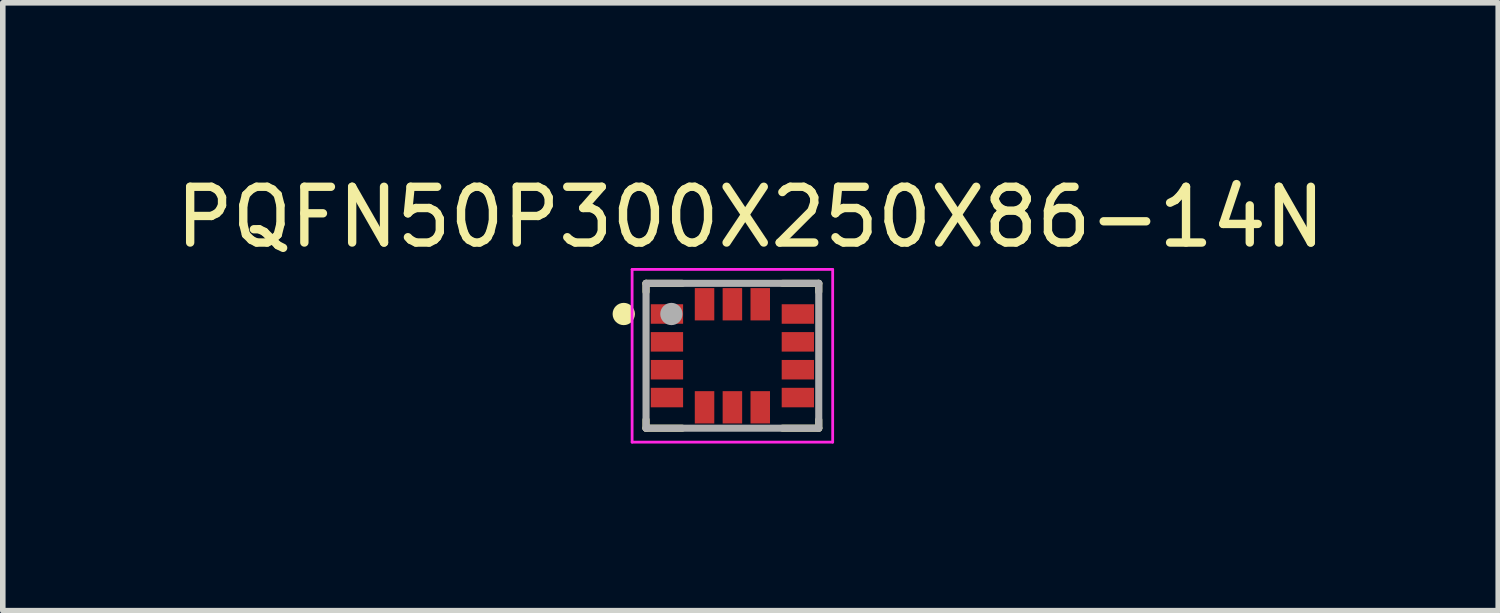
<source format=kicad_pcb>
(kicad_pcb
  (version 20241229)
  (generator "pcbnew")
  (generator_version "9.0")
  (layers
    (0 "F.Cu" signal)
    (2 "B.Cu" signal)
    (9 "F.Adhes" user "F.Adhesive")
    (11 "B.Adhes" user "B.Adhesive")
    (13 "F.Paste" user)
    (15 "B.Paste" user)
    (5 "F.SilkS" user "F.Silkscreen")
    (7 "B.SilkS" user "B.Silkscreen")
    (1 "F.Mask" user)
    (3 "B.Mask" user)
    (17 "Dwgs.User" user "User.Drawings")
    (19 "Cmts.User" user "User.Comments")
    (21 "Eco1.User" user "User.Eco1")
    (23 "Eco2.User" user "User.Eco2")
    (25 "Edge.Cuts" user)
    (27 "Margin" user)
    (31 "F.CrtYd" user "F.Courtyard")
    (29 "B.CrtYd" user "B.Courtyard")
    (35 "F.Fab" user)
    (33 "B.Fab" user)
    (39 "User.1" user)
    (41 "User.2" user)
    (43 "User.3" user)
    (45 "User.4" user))
  (footprint "PQFN50P300X250X86-14N"
    (layer "F.Cu")
    (at 10.096 3.336)
    (property "Reference" "PQFN50P300X250X86-14N" (at 0.325 -2.488 0) (layer "F.SilkS") (effects (font (size 1.001 1.001) (thickness 0.15))))
    (attr through_hole)
    (fp_line (start -1.55 -1.3) (end -1.55 -1.15) (stroke (width 0.127) (type solid)) (layer "F.SilkS"))
    (fp_line (start -1.55 1.15) (end -1.55 1.3) (stroke (width 0.127) (type solid)) (layer "F.SilkS"))
    (fp_line (start -1.55 1.3) (end -0.9 1.3) (stroke (width 0.127) (type solid)) (layer "F.SilkS"))
    (fp_line (start -0.9 -1.3) (end -1.55 -1.3) (stroke (width 0.127) (type solid)) (layer "F.SilkS"))
    (fp_line (start 0.9 -1.3) (end 1.55 -1.3) (stroke (width 0.127) (type solid)) (layer "F.SilkS"))
    (fp_line (start 1.55 -1.3) (end 1.55 -1.15) (stroke (width 0.127) (type solid)) (layer "F.SilkS"))
    (fp_line (start 1.55 1.15) (end 1.55 1.3) (stroke (width 0.127) (type solid)) (layer "F.SilkS"))
    (fp_line (start 1.55 1.3) (end 0.9 1.3) (stroke (width 0.127) (type solid)) (layer "F.SilkS"))
    (fp_circle (center -1.95 -0.75) (end -1.85 -0.75) (stroke (width 0.2) (type solid)) (fill no) (layer "F.SilkS"))
    (fp_line (start -1.8 -1.55) (end 1.8 -1.55) (stroke (width 0.05) (type solid)) (layer "F.CrtYd"))
    (fp_line (start -1.8 1.55) (end -1.8 -1.55) (stroke (width 0.05) (type solid)) (layer "F.CrtYd"))
    (fp_line (start 1.8 -1.55) (end 1.8 1.55) (stroke (width 0.05) (type solid)) (layer "F.CrtYd"))
    (fp_line (start 1.8 1.55) (end -1.8 1.55) (stroke (width 0.05) (type solid)) (layer "F.CrtYd"))
    (fp_line (start -1.55 -1.3) (end 1.55 -1.3) (stroke (width 0.127) (type solid)) (layer "F.Fab"))
    (fp_line (start -1.55 1.3) (end -1.55 -1.3) (stroke (width 0.127) (type solid)) (layer "F.Fab"))
    (fp_line (start 1.55 -1.3) (end 1.55 1.3) (stroke (width 0.127) (type solid)) (layer "F.Fab"))
    (fp_line (start 1.55 1.3) (end -1.55 1.3) (stroke (width 0.127) (type solid)) (layer "F.Fab"))
    (fp_circle (center -1.095 -0.75) (end -0.995 -0.75) (stroke (width 0.2) (type solid)) (fill no) (layer "F.Fab"))
    (pad "1" smd rect (at -1.175 -0.75 180) (size 0.58 0.35) (layers "F.Cu" "F.Mask" "F.Paste"))
    (pad "2" smd rect (at -1.175 -0.25 180) (size 0.58 0.35) (layers "F.Cu" "F.Mask" "F.Paste"))
    (pad "3" smd rect (at -1.175 0.25 180) (size 0.58 0.35) (layers "F.Cu" "F.Mask" "F.Paste"))
    (pad "4" smd rect (at -1.175 0.75 180) (size 0.58 0.35) (layers "F.Cu" "F.Mask" "F.Paste"))
    (pad "5" smd rect (at -0.5 0.925 90) (size 0.58 0.35) (layers "F.Cu" "F.Mask" "F.Paste"))
    (pad "6" smd rect (at 0 0.925 90) (size 0.58 0.35) (layers "F.Cu" "F.Mask" "F.Paste"))
    (pad "7" smd rect (at 0.5 0.925 90) (size 0.58 0.35) (layers "F.Cu" "F.Mask" "F.Paste"))
    (pad "8" smd rect (at 1.175 0.75 180) (size 0.58 0.35) (layers "F.Cu" "F.Mask" "F.Paste"))
    (pad "9" smd rect (at 1.175 0.25 180) (size 0.58 0.35) (layers "F.Cu" "F.Mask" "F.Paste"))
    (pad "10" smd rect (at 1.175 -0.25 180) (size 0.58 0.35) (layers "F.Cu" "F.Mask" "F.Paste"))
    (pad "11" smd rect (at 1.175 -0.75 180) (size 0.58 0.35) (layers "F.Cu" "F.Mask" "F.Paste"))
    (pad "12" smd rect (at 0.5 -0.925 90) (size 0.58 0.35) (layers "F.Cu" "F.Mask" "F.Paste"))
    (pad "13" smd rect (at 0 -0.925 90) (size 0.58 0.35) (layers "F.Cu" "F.Mask" "F.Paste"))
    (pad "14" smd rect (at -0.5 -0.925 90) (size 0.58 0.35) (layers "F.Cu" "F.Mask" "F.Paste")))
  (gr_rect
    (start -3 -3)
    (end 23.842 7.911)
    (stroke (width 0.1) (type default))
    (fill no)
    (layer "Edge.Cuts")))
</source>
